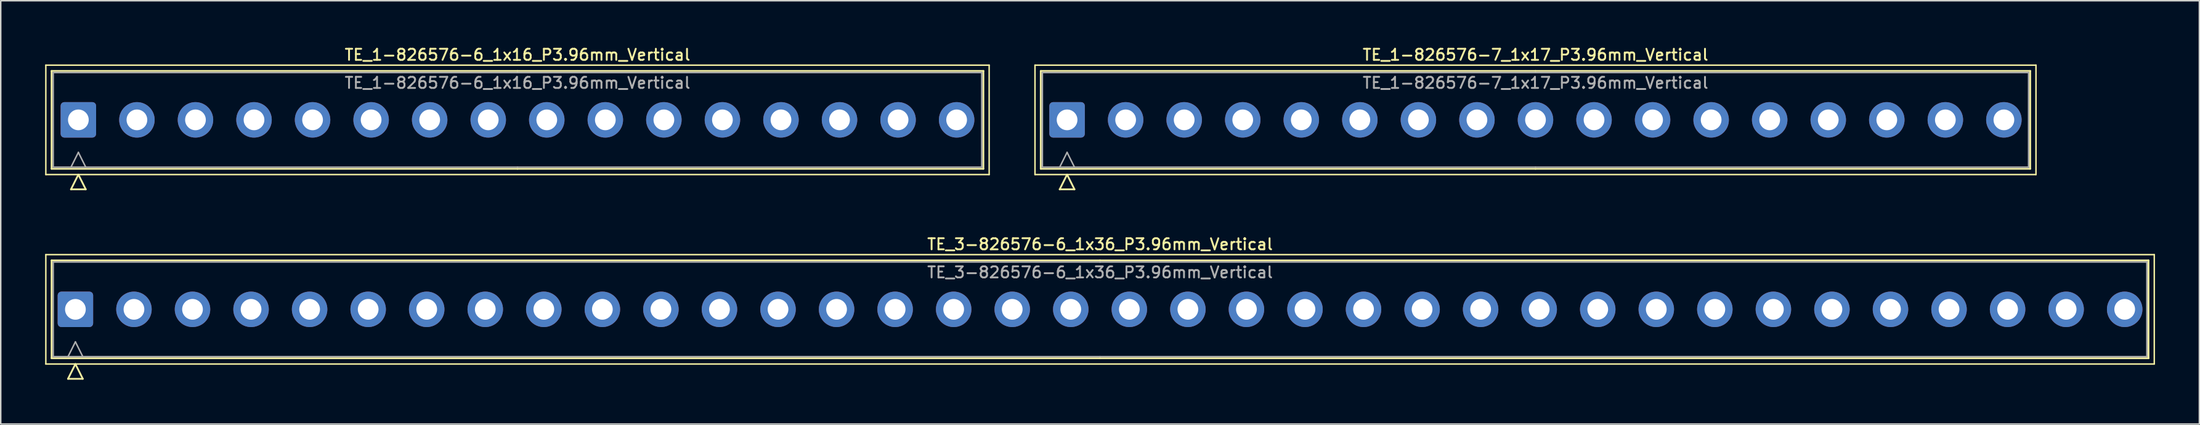
<source format=kicad_pcb>
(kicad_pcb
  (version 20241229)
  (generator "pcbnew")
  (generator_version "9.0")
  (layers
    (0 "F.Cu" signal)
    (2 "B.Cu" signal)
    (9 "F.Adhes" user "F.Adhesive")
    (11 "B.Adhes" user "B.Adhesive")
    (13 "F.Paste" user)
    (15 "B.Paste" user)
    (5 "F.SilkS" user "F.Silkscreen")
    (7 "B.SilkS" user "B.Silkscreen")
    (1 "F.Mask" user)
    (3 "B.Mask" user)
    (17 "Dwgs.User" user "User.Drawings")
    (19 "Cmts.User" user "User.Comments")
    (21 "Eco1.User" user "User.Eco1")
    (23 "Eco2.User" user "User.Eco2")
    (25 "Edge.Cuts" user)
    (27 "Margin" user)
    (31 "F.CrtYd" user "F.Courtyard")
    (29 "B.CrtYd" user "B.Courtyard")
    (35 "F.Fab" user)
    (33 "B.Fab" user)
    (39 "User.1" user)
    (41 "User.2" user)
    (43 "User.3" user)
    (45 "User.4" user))
  (footprint "TE_1-826576-7_1x17_P3.96mm_Vertical"
    (layer "F.Cu")
    (at 69.12 5.058)
    (property "Reference" "TE_1-826576-7_1x17_P3.96mm_Vertical" (at 31.68 -4.4 0) (layer "F.SilkS") (effects (font (size 0.75 0.75) (thickness 0.125))))
    (attr through_hole)
    (fp_line (start -2.17 -3.7) (end -2.17 3.7) (stroke (width 0.1) (type solid)) (layer "F.SilkS"))
    (fp_line (start -2.17 3.7) (end 65.53 3.7) (stroke (width 0.1) (type solid)) (layer "F.SilkS"))
    (fp_line (start -1.78 -3.31) (end -1.78 3.31) (stroke (width 0.12) (type solid)) (layer "F.SilkS"))
    (fp_line (start -1.78 3.31) (end 31.68 3.31) (stroke (width 0.12) (type solid)) (layer "F.SilkS"))
    (fp_line (start -0.5 4.7) (end 0 3.7) (stroke (width 0.12) (type solid)) (layer "F.SilkS"))
    (fp_line (start 0 3.7) (end 0.5 4.7) (stroke (width 0.12) (type solid)) (layer "F.SilkS"))
    (fp_line (start 0.5 4.7) (end -0.5 4.7) (stroke (width 0.12) (type solid)) (layer "F.SilkS"))
    (fp_line (start 31.68 -3.31) (end -1.78 -3.31) (stroke (width 0.12) (type solid)) (layer "F.SilkS"))
    (fp_line (start 31.68 -3.31) (end 65.14 -3.31) (stroke (width 0.12) (type solid)) (layer "F.SilkS"))
    (fp_line (start 65.14 -3.31) (end 65.14 3.31) (stroke (width 0.12) (type solid)) (layer "F.SilkS"))
    (fp_line (start 65.14 3.31) (end 31.68 3.31) (stroke (width 0.12) (type solid)) (layer "F.SilkS"))
    (fp_line (start 65.53 -3.7) (end -2.17 -3.7) (stroke (width 0.1) (type solid)) (layer "F.SilkS"))
    (fp_line (start 65.53 3.7) (end 65.53 -3.7) (stroke (width 0.1) (type solid)) (layer "F.SilkS"))
    (fp_line (start -1.67 -3.2) (end -1.67 3.2) (stroke (width 0.1) (type solid)) (layer "F.Fab"))
    (fp_line (start -1.67 3.2) (end 31.68 3.2) (stroke (width 0.1) (type solid)) (layer "F.Fab"))
    (fp_line (start -0.5 3.2) (end 0 2.2) (stroke (width 0.1) (type solid)) (layer "F.Fab"))
    (fp_line (start 0 2.2) (end 0.5 3.2) (stroke (width 0.1) (type solid)) (layer "F.Fab"))
    (fp_line (start 31.68 -3.2) (end -1.67 -3.2) (stroke (width 0.1) (type solid)) (layer "F.Fab"))
    (fp_line (start 31.68 -3.2) (end 65.03 -3.2) (stroke (width 0.1) (type solid)) (layer "F.Fab"))
    (fp_line (start 65.03 -3.2) (end 65.03 3.2) (stroke (width 0.1) (type solid)) (layer "F.Fab"))
    (fp_line (start 65.03 3.2) (end 31.68 3.2) (stroke (width 0.1) (type solid)) (layer "F.Fab"))
    (fp_text user "${REFERENCE}" (at 31.68 -2.5 0) (layer "F.Fab") (effects (font (size 0.75 0.75) (thickness 0.125))))
    (pad "1" thru_hole roundrect (at 0 0) (size 2.4 2.4) (drill 1.4) (layers "*.Cu" "*.Mask") (roundrect_rratio 0.104))
    (pad "2" thru_hole circle (at 3.96 0) (size 2.4 2.4) (drill 1.4) (layers "*.Cu" "*.Mask"))
    (pad "3" thru_hole circle (at 7.92 0) (size 2.4 2.4) (drill 1.4) (layers "*.Cu" "*.Mask"))
    (pad "4" thru_hole circle (at 11.88 0) (size 2.4 2.4) (drill 1.4) (layers "*.Cu" "*.Mask"))
    (pad "5" thru_hole circle (at 15.84 0) (size 2.4 2.4) (drill 1.4) (layers "*.Cu" "*.Mask"))
    (pad "6" thru_hole circle (at 19.8 0) (size 2.4 2.4) (drill 1.4) (layers "*.Cu" "*.Mask"))
    (pad "7" thru_hole circle (at 23.76 0) (size 2.4 2.4) (drill 1.4) (layers "*.Cu" "*.Mask"))
    (pad "8" thru_hole circle (at 27.72 0) (size 2.4 2.4) (drill 1.4) (layers "*.Cu" "*.Mask"))
    (pad "9" thru_hole circle (at 31.68 0) (size 2.4 2.4) (drill 1.4) (layers "*.Cu" "*.Mask"))
    (pad "10" thru_hole circle (at 35.64 0) (size 2.4 2.4) (drill 1.4) (layers "*.Cu" "*.Mask"))
    (pad "11" thru_hole circle (at 39.6 0) (size 2.4 2.4) (drill 1.4) (layers "*.Cu" "*.Mask"))
    (pad "12" thru_hole circle (at 43.56 0) (size 2.4 2.4) (drill 1.4) (layers "*.Cu" "*.Mask"))
    (pad "13" thru_hole circle (at 47.52 0) (size 2.4 2.4) (drill 1.4) (layers "*.Cu" "*.Mask"))
    (pad "14" thru_hole circle (at 51.48 0) (size 2.4 2.4) (drill 1.4) (layers "*.Cu" "*.Mask"))
    (pad "15" thru_hole circle (at 55.44 0) (size 2.4 2.4) (drill 1.4) (layers "*.Cu" "*.Mask"))
    (pad "16" thru_hole circle (at 59.4 0) (size 2.4 2.4) (drill 1.4) (layers "*.Cu" "*.Mask"))
    (pad "17" thru_hole circle (at 63.36 0) (size 2.4 2.4) (drill 1.4) (layers "*.Cu" "*.Mask")))
  (footprint "TE_3-826576-6_1x36_P3.96mm_Vertical"
    (layer "F.Cu")
    (at 2.05 17.876)
    (property "Reference" "TE_3-826576-6_1x36_P3.96mm_Vertical" (at 69.3 -4.4 0) (layer "F.SilkS") (effects (font (size 0.75 0.75) (thickness 0.125))))
    (attr through_hole)
    (fp_line (start -2 -3.7) (end -2 3.7) (stroke (width 0.1) (type solid)) (layer "F.SilkS"))
    (fp_line (start -2 3.7) (end 140.6 3.7) (stroke (width 0.1) (type solid)) (layer "F.SilkS"))
    (fp_line (start -1.61 -3.31) (end -1.61 3.31) (stroke (width 0.12) (type solid)) (layer "F.SilkS"))
    (fp_line (start -1.61 3.31) (end 69.3 3.31) (stroke (width 0.12) (type solid)) (layer "F.SilkS"))
    (fp_line (start -0.5 4.7) (end 0 3.7) (stroke (width 0.12) (type solid)) (layer "F.SilkS"))
    (fp_line (start 0 3.7) (end 0.5 4.7) (stroke (width 0.12) (type solid)) (layer "F.SilkS"))
    (fp_line (start 0.5 4.7) (end -0.5 4.7) (stroke (width 0.12) (type solid)) (layer "F.SilkS"))
    (fp_line (start 69.3 -3.31) (end -1.61 -3.31) (stroke (width 0.12) (type solid)) (layer "F.SilkS"))
    (fp_line (start 69.3 -3.31) (end 140.21 -3.31) (stroke (width 0.12) (type solid)) (layer "F.SilkS"))
    (fp_line (start 140.21 -3.31) (end 140.21 3.31) (stroke (width 0.12) (type solid)) (layer "F.SilkS"))
    (fp_line (start 140.21 3.31) (end 69.3 3.31) (stroke (width 0.12) (type solid)) (layer "F.SilkS"))
    (fp_line (start 140.6 -3.7) (end -2 -3.7) (stroke (width 0.1) (type solid)) (layer "F.SilkS"))
    (fp_line (start 140.6 3.7) (end 140.6 -3.7) (stroke (width 0.1) (type solid)) (layer "F.SilkS"))
    (fp_line (start -1.5 -3.2) (end -1.5 3.2) (stroke (width 0.1) (type solid)) (layer "F.Fab"))
    (fp_line (start -1.5 3.2) (end 69.3 3.2) (stroke (width 0.1) (type solid)) (layer "F.Fab"))
    (fp_line (start -0.5 3.2) (end 0 2.2) (stroke (width 0.1) (type solid)) (layer "F.Fab"))
    (fp_line (start 0 2.2) (end 0.5 3.2) (stroke (width 0.1) (type solid)) (layer "F.Fab"))
    (fp_line (start 69.3 -3.2) (end -1.5 -3.2) (stroke (width 0.1) (type solid)) (layer "F.Fab"))
    (fp_line (start 69.3 -3.2) (end 140.1 -3.2) (stroke (width 0.1) (type solid)) (layer "F.Fab"))
    (fp_line (start 140.1 -3.2) (end 140.1 3.2) (stroke (width 0.1) (type solid)) (layer "F.Fab"))
    (fp_line (start 140.1 3.2) (end 69.3 3.2) (stroke (width 0.1) (type solid)) (layer "F.Fab"))
    (fp_text user "${REFERENCE}" (at 69.3 -2.5 0) (layer "F.Fab") (effects (font (size 0.75 0.75) (thickness 0.125))))
    (pad "1" thru_hole roundrect (at 0 0) (size 2.4 2.4) (drill 1.4) (layers "*.Cu" "*.Mask") (roundrect_rratio 0.104))
    (pad "2" thru_hole circle (at 3.96 0) (size 2.4 2.4) (drill 1.4) (layers "*.Cu" "*.Mask"))
    (pad "3" thru_hole circle (at 7.92 0) (size 2.4 2.4) (drill 1.4) (layers "*.Cu" "*.Mask"))
    (pad "4" thru_hole circle (at 11.88 0) (size 2.4 2.4) (drill 1.4) (layers "*.Cu" "*.Mask"))
    (pad "5" thru_hole circle (at 15.84 0) (size 2.4 2.4) (drill 1.4) (layers "*.Cu" "*.Mask"))
    (pad "6" thru_hole circle (at 19.8 0) (size 2.4 2.4) (drill 1.4) (layers "*.Cu" "*.Mask"))
    (pad "7" thru_hole circle (at 23.76 0) (size 2.4 2.4) (drill 1.4) (layers "*.Cu" "*.Mask"))
    (pad "8" thru_hole circle (at 27.72 0) (size 2.4 2.4) (drill 1.4) (layers "*.Cu" "*.Mask"))
    (pad "9" thru_hole circle (at 31.68 0) (size 2.4 2.4) (drill 1.4) (layers "*.Cu" "*.Mask"))
    (pad "10" thru_hole circle (at 35.64 0) (size 2.4 2.4) (drill 1.4) (layers "*.Cu" "*.Mask"))
    (pad "11" thru_hole circle (at 39.6 0) (size 2.4 2.4) (drill 1.4) (layers "*.Cu" "*.Mask"))
    (pad "12" thru_hole circle (at 43.56 0) (size 2.4 2.4) (drill 1.4) (layers "*.Cu" "*.Mask"))
    (pad "13" thru_hole circle (at 47.52 0) (size 2.4 2.4) (drill 1.4) (layers "*.Cu" "*.Mask"))
    (pad "14" thru_hole circle (at 51.48 0) (size 2.4 2.4) (drill 1.4) (layers "*.Cu" "*.Mask"))
    (pad "15" thru_hole circle (at 55.44 0) (size 2.4 2.4) (drill 1.4) (layers "*.Cu" "*.Mask"))
    (pad "16" thru_hole circle (at 59.4 0) (size 2.4 2.4) (drill 1.4) (layers "*.Cu" "*.Mask"))
    (pad "17" thru_hole circle (at 63.36 0) (size 2.4 2.4) (drill 1.4) (layers "*.Cu" "*.Mask"))
    (pad "18" thru_hole circle (at 67.32 0) (size 2.4 2.4) (drill 1.4) (layers "*.Cu" "*.Mask"))
    (pad "19" thru_hole circle (at 71.28 0) (size 2.4 2.4) (drill 1.4) (layers "*.Cu" "*.Mask"))
    (pad "20" thru_hole circle (at 75.24 0) (size 2.4 2.4) (drill 1.4) (layers "*.Cu" "*.Mask"))
    (pad "21" thru_hole circle (at 79.2 0) (size 2.4 2.4) (drill 1.4) (layers "*.Cu" "*.Mask"))
    (pad "22" thru_hole circle (at 83.16 0) (size 2.4 2.4) (drill 1.4) (layers "*.Cu" "*.Mask"))
    (pad "23" thru_hole circle (at 87.12 0) (size 2.4 2.4) (drill 1.4) (layers "*.Cu" "*.Mask"))
    (pad "24" thru_hole circle (at 91.08 0) (size 2.4 2.4) (drill 1.4) (layers "*.Cu" "*.Mask"))
    (pad "25" thru_hole circle (at 95.04 0) (size 2.4 2.4) (drill 1.4) (layers "*.Cu" "*.Mask"))
    (pad "26" thru_hole circle (at 99 0) (size 2.4 2.4) (drill 1.4) (layers "*.Cu" "*.Mask"))
    (pad "27" thru_hole circle (at 102.96 0) (size 2.4 2.4) (drill 1.4) (layers "*.Cu" "*.Mask"))
    (pad "28" thru_hole circle (at 106.92 0) (size 2.4 2.4) (drill 1.4) (layers "*.Cu" "*.Mask"))
    (pad "29" thru_hole circle (at 110.88 0) (size 2.4 2.4) (drill 1.4) (layers "*.Cu" "*.Mask"))
    (pad "30" thru_hole circle (at 114.84 0) (size 2.4 2.4) (drill 1.4) (layers "*.Cu" "*.Mask"))
    (pad "31" thru_hole circle (at 118.8 0) (size 2.4 2.4) (drill 1.4) (layers "*.Cu" "*.Mask"))
    (pad "32" thru_hole circle (at 122.76 0) (size 2.4 2.4) (drill 1.4) (layers "*.Cu" "*.Mask"))
    (pad "33" thru_hole circle (at 126.72 0) (size 2.4 2.4) (drill 1.4) (layers "*.Cu" "*.Mask"))
    (pad "34" thru_hole circle (at 130.68 0) (size 2.4 2.4) (drill 1.4) (layers "*.Cu" "*.Mask"))
    (pad "35" thru_hole circle (at 134.64 0) (size 2.4 2.4) (drill 1.4) (layers "*.Cu" "*.Mask"))
    (pad "36" thru_hole circle (at 138.6 0) (size 2.4 2.4) (drill 1.4) (layers "*.Cu" "*.Mask")))
  (footprint "TE_1-826576-6_1x16_P3.96mm_Vertical"
    (layer "F.Cu")
    (at 2.25 5.058)
    (property "Reference" "TE_1-826576-6_1x16_P3.96mm_Vertical" (at 29.7 -4.4 0) (layer "F.SilkS") (effects (font (size 0.75 0.75) (thickness 0.125))))
    (attr through_hole)
    (fp_line (start -2.2 -3.7) (end -2.2 3.7) (stroke (width 0.1) (type solid)) (layer "F.SilkS"))
    (fp_line (start -2.2 3.7) (end 61.6 3.7) (stroke (width 0.1) (type solid)) (layer "F.SilkS"))
    (fp_line (start -1.81 -3.31) (end -1.81 3.31) (stroke (width 0.12) (type solid)) (layer "F.SilkS"))
    (fp_line (start -1.81 3.31) (end 29.7 3.31) (stroke (width 0.12) (type solid)) (layer "F.SilkS"))
    (fp_line (start -0.5 4.7) (end 0 3.7) (stroke (width 0.12) (type solid)) (layer "F.SilkS"))
    (fp_line (start 0 3.7) (end 0.5 4.7) (stroke (width 0.12) (type solid)) (layer "F.SilkS"))
    (fp_line (start 0.5 4.7) (end -0.5 4.7) (stroke (width 0.12) (type solid)) (layer "F.SilkS"))
    (fp_line (start 29.7 -3.31) (end -1.81 -3.31) (stroke (width 0.12) (type solid)) (layer "F.SilkS"))
    (fp_line (start 29.7 -3.31) (end 61.21 -3.31) (stroke (width 0.12) (type solid)) (layer "F.SilkS"))
    (fp_line (start 61.21 -3.31) (end 61.21 3.31) (stroke (width 0.12) (type solid)) (layer "F.SilkS"))
    (fp_line (start 61.21 3.31) (end 29.7 3.31) (stroke (width 0.12) (type solid)) (layer "F.SilkS"))
    (fp_line (start 61.6 -3.7) (end -2.2 -3.7) (stroke (width 0.1) (type solid)) (layer "F.SilkS"))
    (fp_line (start 61.6 3.7) (end 61.6 -3.7) (stroke (width 0.1) (type solid)) (layer "F.SilkS"))
    (fp_line (start -1.7 -3.2) (end -1.7 3.2) (stroke (width 0.1) (type solid)) (layer "F.Fab"))
    (fp_line (start -1.7 3.2) (end 29.7 3.2) (stroke (width 0.1) (type solid)) (layer "F.Fab"))
    (fp_line (start -0.5 3.2) (end 0 2.2) (stroke (width 0.1) (type solid)) (layer "F.Fab"))
    (fp_line (start 0 2.2) (end 0.5 3.2) (stroke (width 0.1) (type solid)) (layer "F.Fab"))
    (fp_line (start 29.7 -3.2) (end -1.7 -3.2) (stroke (width 0.1) (type solid)) (layer "F.Fab"))
    (fp_line (start 29.7 -3.2) (end 61.1 -3.2) (stroke (width 0.1) (type solid)) (layer "F.Fab"))
    (fp_line (start 61.1 -3.2) (end 61.1 3.2) (stroke (width 0.1) (type solid)) (layer "F.Fab"))
    (fp_line (start 61.1 3.2) (end 29.7 3.2) (stroke (width 0.1) (type solid)) (layer "F.Fab"))
    (fp_text user "${REFERENCE}" (at 29.7 -2.5 0) (layer "F.Fab") (effects (font (size 0.75 0.75) (thickness 0.125))))
    (pad "1" thru_hole roundrect (at 0 0) (size 2.4 2.4) (drill 1.4) (layers "*.Cu" "*.Mask") (roundrect_rratio 0.104))
    (pad "2" thru_hole circle (at 3.96 0) (size 2.4 2.4) (drill 1.4) (layers "*.Cu" "*.Mask"))
    (pad "3" thru_hole circle (at 7.92 0) (size 2.4 2.4) (drill 1.4) (layers "*.Cu" "*.Mask"))
    (pad "4" thru_hole circle (at 11.88 0) (size 2.4 2.4) (drill 1.4) (layers "*.Cu" "*.Mask"))
    (pad "5" thru_hole circle (at 15.84 0) (size 2.4 2.4) (drill 1.4) (layers "*.Cu" "*.Mask"))
    (pad "6" thru_hole circle (at 19.8 0) (size 2.4 2.4) (drill 1.4) (layers "*.Cu" "*.Mask"))
    (pad "7" thru_hole circle (at 23.76 0) (size 2.4 2.4) (drill 1.4) (layers "*.Cu" "*.Mask"))
    (pad "8" thru_hole circle (at 27.72 0) (size 2.4 2.4) (drill 1.4) (layers "*.Cu" "*.Mask"))
    (pad "9" thru_hole circle (at 31.68 0) (size 2.4 2.4) (drill 1.4) (layers "*.Cu" "*.Mask"))
    (pad "10" thru_hole circle (at 35.64 0) (size 2.4 2.4) (drill 1.4) (layers "*.Cu" "*.Mask"))
    (pad "11" thru_hole circle (at 39.6 0) (size 2.4 2.4) (drill 1.4) (layers "*.Cu" "*.Mask"))
    (pad "12" thru_hole circle (at 43.56 0) (size 2.4 2.4) (drill 1.4) (layers "*.Cu" "*.Mask"))
    (pad "13" thru_hole circle (at 47.52 0) (size 2.4 2.4) (drill 1.4) (layers "*.Cu" "*.Mask"))
    (pad "14" thru_hole circle (at 51.48 0) (size 2.4 2.4) (drill 1.4) (layers "*.Cu" "*.Mask"))
    (pad "15" thru_hole circle (at 55.44 0) (size 2.4 2.4) (drill 1.4) (layers "*.Cu" "*.Mask"))
    (pad "16" thru_hole circle (at 59.4 0) (size 2.4 2.4) (drill 1.4) (layers "*.Cu" "*.Mask")))
  (gr_rect
    (start -3 -3)
    (end 145.7 25.636)
    (stroke (width 0.1) (type default))
    (fill no)
    (layer "Edge.Cuts")))
</source>
